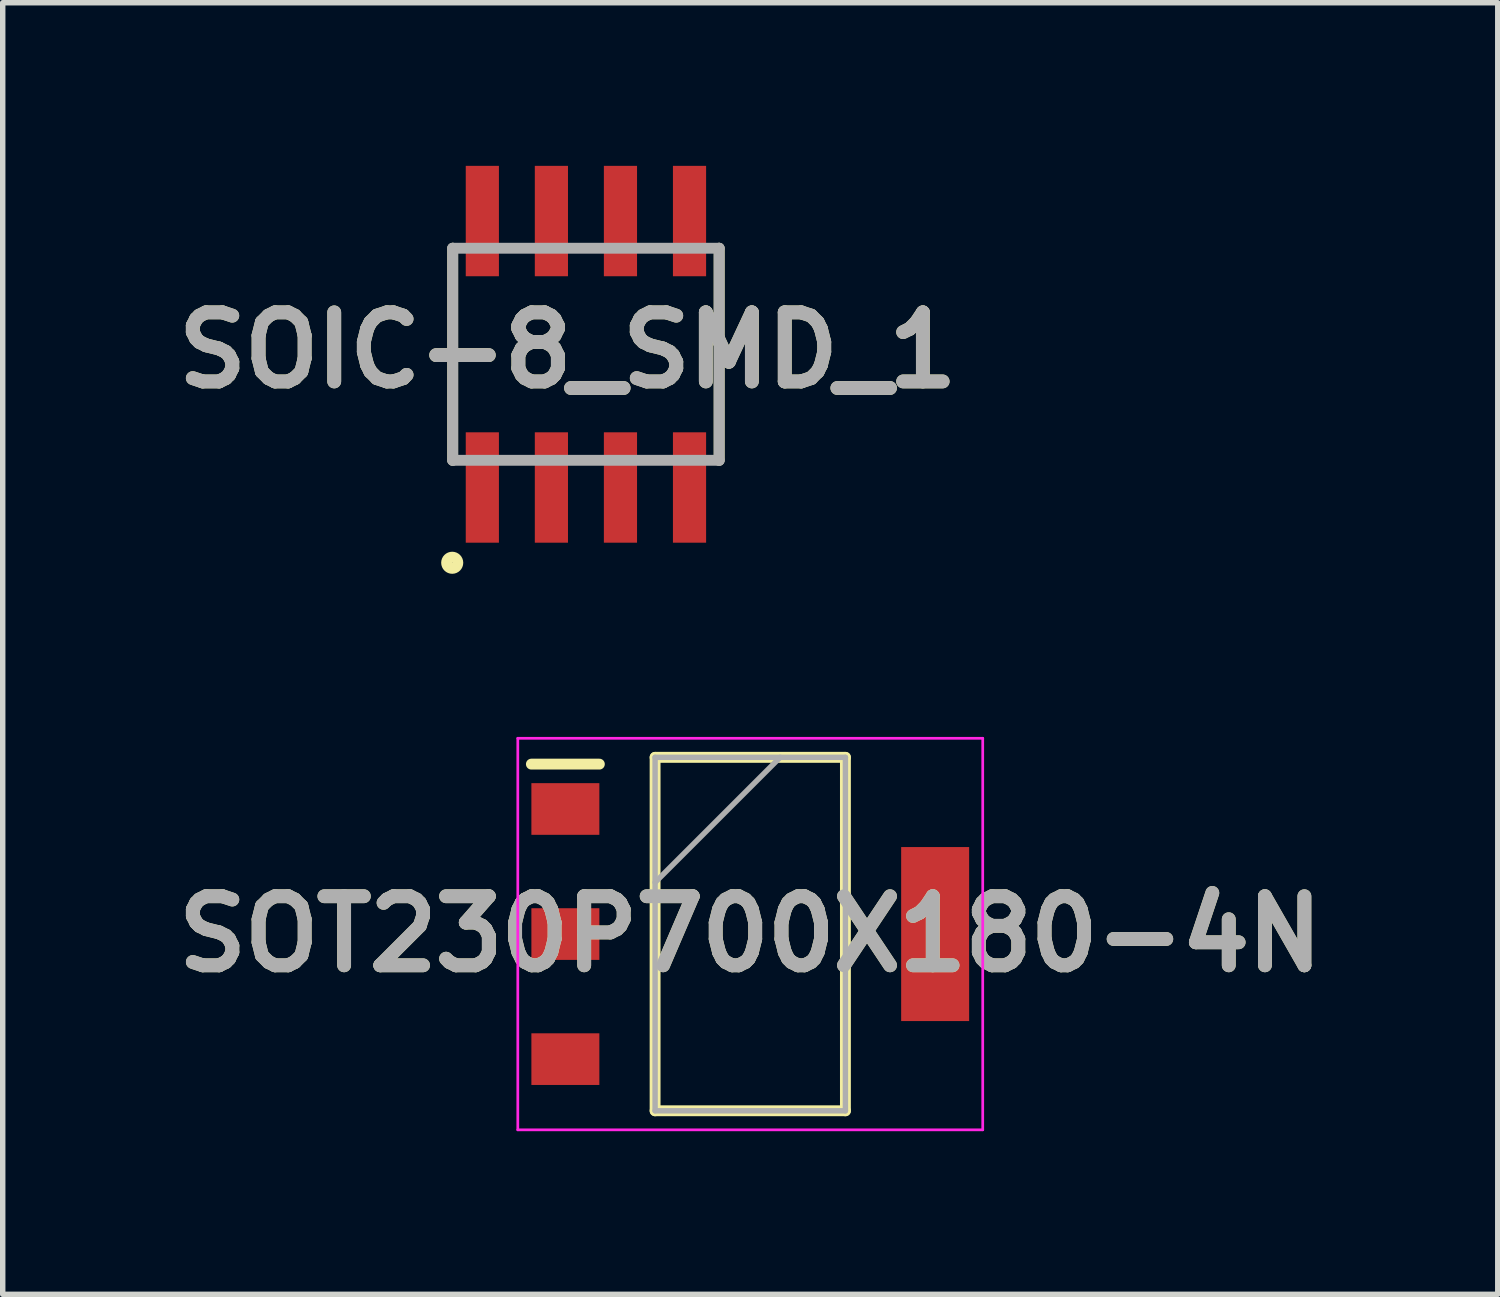
<source format=kicad_pcb>
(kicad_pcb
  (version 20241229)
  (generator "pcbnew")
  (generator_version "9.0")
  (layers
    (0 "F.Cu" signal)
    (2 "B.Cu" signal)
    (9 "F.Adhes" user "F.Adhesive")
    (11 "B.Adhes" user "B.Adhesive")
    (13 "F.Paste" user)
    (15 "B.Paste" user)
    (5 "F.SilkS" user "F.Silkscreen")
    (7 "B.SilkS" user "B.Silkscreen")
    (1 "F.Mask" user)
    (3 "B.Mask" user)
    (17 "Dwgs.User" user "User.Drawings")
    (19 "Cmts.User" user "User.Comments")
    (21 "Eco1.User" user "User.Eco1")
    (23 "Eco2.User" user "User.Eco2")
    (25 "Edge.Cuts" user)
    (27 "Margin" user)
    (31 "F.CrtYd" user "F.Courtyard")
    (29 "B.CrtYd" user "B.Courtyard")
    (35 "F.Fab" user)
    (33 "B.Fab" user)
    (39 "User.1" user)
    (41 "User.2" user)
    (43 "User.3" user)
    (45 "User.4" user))
  (footprint "SOT230P700X180-4N"
    (layer "F.Cu")
    (at 10.747 14.127)
    (property "Reference" "SOT230P700X180-4N" (at 0 0 0) (layer "F.SilkS") (effects (font (size 1.27 1.27) (thickness 0.254))))
    (attr smd)
    (fp_line (start -4.025 -3.125) (end -2.775 -3.125) (stroke (width 0.2) (type solid)) (layer "F.SilkS"))
    (fp_line (start -1.75 -3.25) (end 1.75 -3.25) (stroke (width 0.2) (type solid)) (layer "F.SilkS"))
    (fp_line (start -1.75 3.25) (end -1.75 -3.25) (stroke (width 0.2) (type solid)) (layer "F.SilkS"))
    (fp_line (start 1.75 -3.25) (end 1.75 3.25) (stroke (width 0.2) (type solid)) (layer "F.SilkS"))
    (fp_line (start 1.75 3.25) (end -1.75 3.25) (stroke (width 0.2) (type solid)) (layer "F.SilkS"))
    (fp_line (start -4.275 -3.6) (end 4.275 -3.6) (stroke (width 0.05) (type solid)) (layer "F.CrtYd"))
    (fp_line (start -4.275 3.6) (end -4.275 -3.6) (stroke (width 0.05) (type solid)) (layer "F.CrtYd"))
    (fp_line (start 4.275 -3.6) (end 4.275 3.6) (stroke (width 0.05) (type solid)) (layer "F.CrtYd"))
    (fp_line (start 4.275 3.6) (end -4.275 3.6) (stroke (width 0.05) (type solid)) (layer "F.CrtYd"))
    (fp_line (start -1.75 -3.25) (end 1.75 -3.25) (stroke (width 0.1) (type solid)) (layer "F.Fab"))
    (fp_line (start -1.75 -0.95) (end 0.55 -3.25) (stroke (width 0.1) (type solid)) (layer "F.Fab"))
    (fp_line (start -1.75 3.25) (end -1.75 -3.25) (stroke (width 0.1) (type solid)) (layer "F.Fab"))
    (fp_line (start 1.75 -3.25) (end 1.75 3.25) (stroke (width 0.1) (type solid)) (layer "F.Fab"))
    (fp_line (start 1.75 3.25) (end -1.75 3.25) (stroke (width 0.1) (type solid)) (layer "F.Fab"))
    (fp_text user "${REFERENCE}" (at 0 0 0) (layer "F.Fab") (effects (font (size 1.27 1.27) (thickness 0.254))))
    (pad "1" smd rect (at -3.4 -2.3 90) (size 0.95 1.25) (layers "F.Cu" "F.Mask" "F.Paste"))
    (pad "2" smd rect (at -3.4 0 90) (size 0.95 1.25) (layers "F.Cu" "F.Mask" "F.Paste"))
    (pad "3" smd rect (at -3.4 2.3 90) (size 0.95 1.25) (layers "F.Cu" "F.Mask" "F.Paste"))
    (pad "4" smd rect (at 3.4 0) (size 1.25 3.2) (layers "F.Cu" "F.Mask" "F.Paste")))
  (footprint "SOIC-8_SMD_1"
    (layer "F.Cu")
    (at 7.725 3.465)
    (property "Reference" "SOIC-8_SMD_1" (at -0.335 -0.075 0) (layer "F.SilkS") (effects (font (size 1.27 1.27) (thickness 0.254))))
    (attr smd)
    (fp_line (start -2.45 -1.95) (end -2.45 1.95) (stroke (width 0.2) (type solid)) (layer "F.SilkS"))
    (fp_line (start 2.45 -1.95) (end 2.45 1.95) (stroke (width 0.2) (type solid)) (layer "F.SilkS"))
    (fp_circle (center -2.459 3.834) (end -2.459 3.937) (stroke (width 0.2) (type solid)) (fill no) (layer "F.SilkS"))
    (fp_line (start -2.45 -1.95) (end 2.45 -1.95) (stroke (width 0.2) (type solid)) (layer "F.Fab"))
    (fp_line (start -2.45 1.95) (end -2.45 -1.95) (stroke (width 0.2) (type solid)) (layer "F.Fab"))
    (fp_line (start 2.45 -1.95) (end 2.45 1.95) (stroke (width 0.2) (type solid)) (layer "F.Fab"))
    (fp_line (start 2.45 1.95) (end -2.45 1.95) (stroke (width 0.2) (type solid)) (layer "F.Fab"))
    (fp_text user "${REFERENCE}" (at -0.335 -0.075 0) (layer "F.Fab") (effects (font (size 1.27 1.27) (thickness 0.254))))
    (pad "1" smd rect (at -1.905 2.45) (size 0.61 2.03) (layers "F.Cu" "F.Mask" "F.Paste"))
    (pad "2" smd rect (at -0.635 2.45) (size 0.61 2.03) (layers "F.Cu" "F.Mask" "F.Paste"))
    (pad "3" smd rect (at 0.635 2.45) (size 0.61 2.03) (layers "F.Cu" "F.Mask" "F.Paste"))
    (pad "4" smd rect (at 1.905 2.45) (size 0.61 2.03) (layers "F.Cu" "F.Mask" "F.Paste"))
    (pad "5" smd rect (at 1.905 -2.45) (size 0.61 2.03) (layers "F.Cu" "F.Mask" "F.Paste"))
    (pad "6" smd rect (at 0.635 -2.45) (size 0.61 2.03) (layers "F.Cu" "F.Mask" "F.Paste"))
    (pad "7" smd rect (at -0.635 -2.45) (size 0.61 2.03) (layers "F.Cu" "F.Mask" "F.Paste"))
    (pad "8" smd rect (at -1.905 -2.45) (size 0.61 2.03) (layers "F.Cu" "F.Mask" "F.Paste")))
  (gr_rect
    (start -3 -3)
    (end 24.493 20.752)
    (stroke (width 0.1) (type default))
    (fill no)
    (layer "Edge.Cuts")))
</source>
